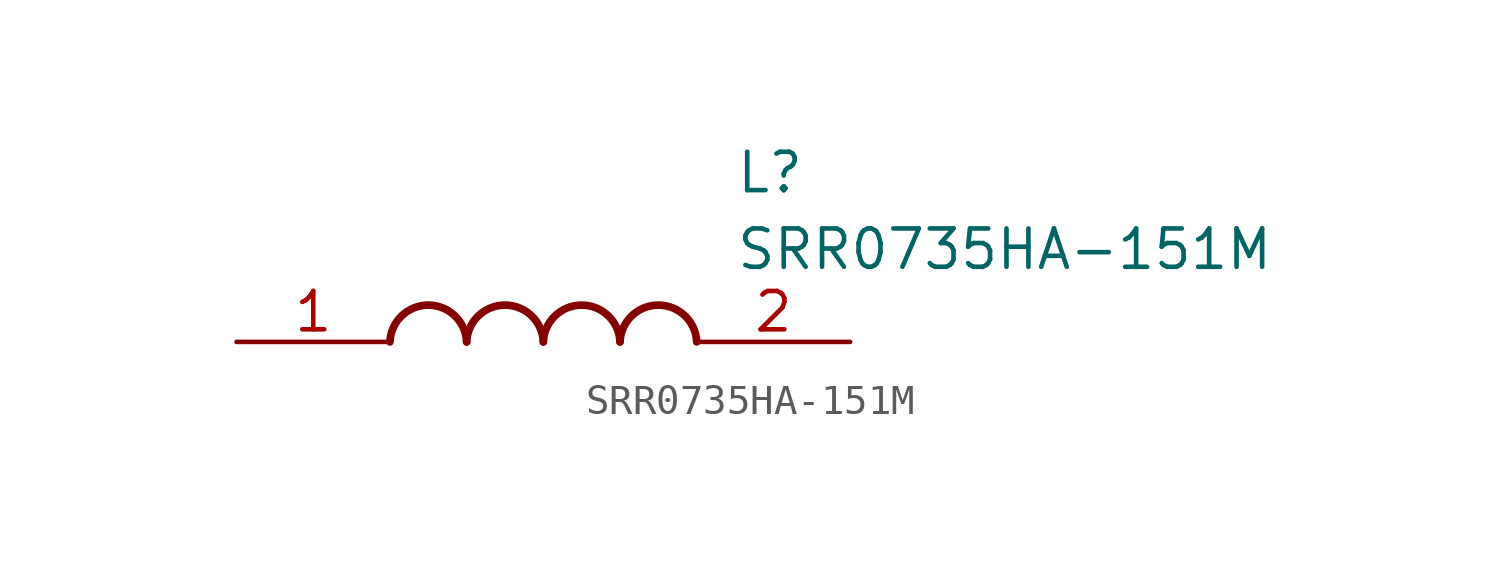
<source format=kicad_sym>
(kicad_symbol_lib
  (version 20211014)
  (generator SamacSys_ECAD_Model)
  (symbol "SRR0735HA-151M"
    (pin_names hide)
    (property "Reference" "L"
      (at 16.51 6.35 0)
      (effects (font (size 1.27 1.27)) (justify left top)))
    (property "Value" "SRR0735HA-151M"
      (at 16.51 3.81 0)
      (effects (font (size 1.27 1.27)) (justify left top)))
    (arc
      (start 7.62 0)
      (mid 6.35 1.219)
      (end 5.08 0)
      (stroke (width 0.254) (type default))
      (fill (type none)))
    (arc
      (start 10.16 0)
      (mid 8.89 1.219)
      (end 7.62 0)
      (stroke (width 0.254) (type default))
      (fill (type none)))
    (arc
      (start 12.7 0)
      (mid 11.43 1.219)
      (end 10.16 0)
      (stroke (width 0.254) (type default))
      (fill (type none)))
    (arc
      (start 15.24 0)
      (mid 13.97 1.219)
      (end 12.7 0)
      (stroke (width 0.254) (type default))
      (fill (type none)))
    (pin passive line
      (at 0 0 0)
      (length 5.08)
      (name "1" (effects (font (size 1.27 1.27))))
      (number "1" (effects (font (size 1.27 1.27)))))
    (pin passive line
      (at 20.32 0 180)
      (length 5.08)
      (name "2" (effects (font (size 1.27 1.27))))
      (number "2" (effects (font (size 1.27 1.27)))))))
</source>
